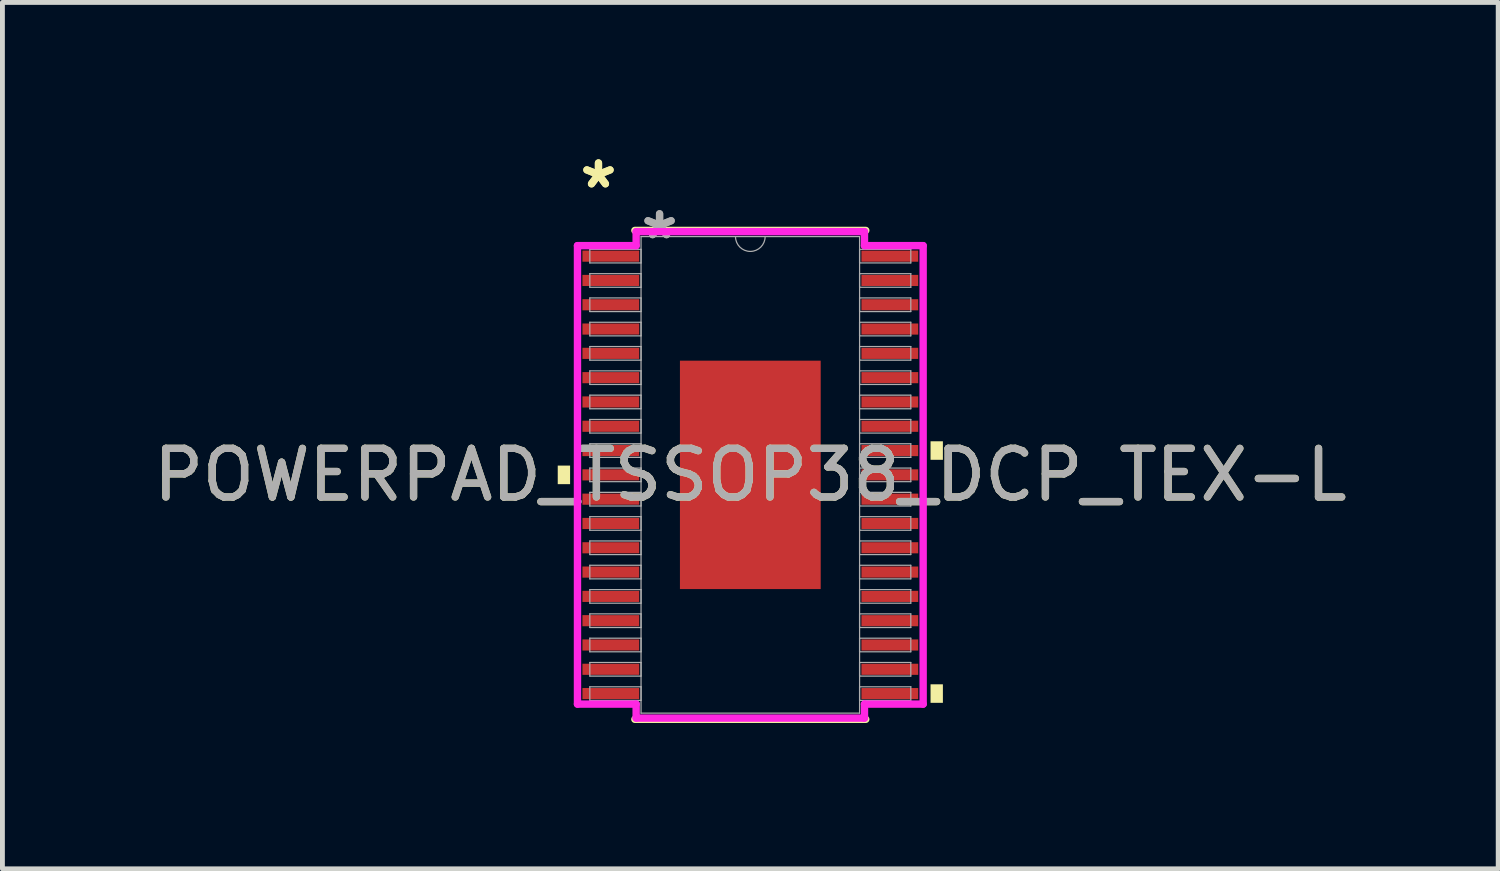
<source format=kicad_pcb>
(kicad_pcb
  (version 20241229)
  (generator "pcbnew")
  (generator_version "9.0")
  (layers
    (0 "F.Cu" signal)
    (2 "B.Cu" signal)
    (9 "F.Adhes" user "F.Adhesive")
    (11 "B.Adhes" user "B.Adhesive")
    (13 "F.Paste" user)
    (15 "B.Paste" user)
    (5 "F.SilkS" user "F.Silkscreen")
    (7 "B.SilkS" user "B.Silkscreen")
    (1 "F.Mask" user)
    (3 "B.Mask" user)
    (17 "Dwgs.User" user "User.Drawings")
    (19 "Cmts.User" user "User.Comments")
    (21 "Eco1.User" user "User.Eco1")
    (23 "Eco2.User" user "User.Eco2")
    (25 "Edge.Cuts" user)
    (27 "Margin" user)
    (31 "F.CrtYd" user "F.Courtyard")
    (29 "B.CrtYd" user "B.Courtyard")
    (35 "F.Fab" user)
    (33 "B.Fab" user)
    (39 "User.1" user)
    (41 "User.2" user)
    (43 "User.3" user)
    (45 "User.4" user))
  (footprint "POWERPAD_TSSOP38_DCP_TEX-L"
    (layer "F.Cu")
    (at 12.387 6.72)
    (property "Reference" "POWERPAD_TSSOP38_DCP_TEX-L" (at 0 0 0) (unlocked yes) (layer "F.SilkS") (effects (font (size 1 1) (thickness 0.15))))
    (attr smd)
    (fp_line (start -2.375 5.029) (end 2.375 5.029) (stroke (width 0.152) (type solid)) (layer "F.SilkS"))
    (fp_line (start 2.375 -5.029) (end -2.375 -5.029) (stroke (width 0.152) (type solid)) (layer "F.SilkS"))
    (fp_poly (pts (xy -3.962 -0.191) (xy -3.962 0.191) (xy -3.708 0.191) (xy -3.708 -0.191)) (stroke (width 0) (type solid)) (fill yes) (layer "F.SilkS"))
    (fp_poly (pts (xy 3.962 -0.691) (xy 3.962 -0.31) (xy 3.708 -0.31) (xy 3.708 -0.691)) (stroke (width 0) (type solid)) (fill yes) (layer "F.SilkS"))
    (fp_poly (pts (xy 3.962 4.309) (xy 3.962 4.69) (xy 3.708 4.69) (xy 3.708 4.309)) (stroke (width 0) (type solid)) (fill yes) (layer "F.SilkS"))
    (fp_poly (pts (xy -1.348 -2.249) (xy -1.348 -0.883) (xy -0.1 -0.883) (xy -0.1 -2.249)) (stroke (width 0) (type solid)) (fill yes) (layer "F.Paste"))
    (fp_poly (pts (xy -1.348 -0.683) (xy -1.348 0.683) (xy -0.1 0.683) (xy -0.1 -0.683)) (stroke (width 0) (type solid)) (fill yes) (layer "F.Paste"))
    (fp_poly (pts (xy -1.348 0.883) (xy -1.348 2.249) (xy -0.1 2.249) (xy -0.1 0.883)) (stroke (width 0) (type solid)) (fill yes) (layer "F.Paste"))
    (fp_poly (pts (xy 0.1 -2.249) (xy 0.1 -0.883) (xy 1.348 -0.883) (xy 1.348 -2.249)) (stroke (width 0) (type solid)) (fill yes) (layer "F.Paste"))
    (fp_poly (pts (xy 0.1 -0.683) (xy 0.1 0.683) (xy 1.348 0.683) (xy 1.348 -0.683)) (stroke (width 0) (type solid)) (fill yes) (layer "F.Paste"))
    (fp_poly (pts (xy 0.1 0.883) (xy 0.1 2.249) (xy 1.348 2.249) (xy 1.348 0.883)) (stroke (width 0) (type solid)) (fill yes) (layer "F.Paste"))
    (fp_line (start -3.556 -4.716) (end -2.349 -4.716) (stroke (width 0.152) (type solid)) (layer "F.CrtYd"))
    (fp_line (start -3.556 4.716) (end -3.556 -4.716) (stroke (width 0.152) (type solid)) (layer "F.CrtYd"))
    (fp_line (start -3.556 4.716) (end -2.349 4.716) (stroke (width 0.152) (type solid)) (layer "F.CrtYd"))
    (fp_line (start -2.349 -5.004) (end 2.349 -5.004) (stroke (width 0.152) (type solid)) (layer "F.CrtYd"))
    (fp_line (start -2.349 -4.716) (end -2.349 -5.004) (stroke (width 0.152) (type solid)) (layer "F.CrtYd"))
    (fp_line (start -2.349 5.004) (end -2.349 4.716) (stroke (width 0.152) (type solid)) (layer "F.CrtYd"))
    (fp_line (start 2.349 -5.004) (end 2.349 -4.716) (stroke (width 0.152) (type solid)) (layer "F.CrtYd"))
    (fp_line (start 2.349 4.716) (end 2.349 5.004) (stroke (width 0.152) (type solid)) (layer "F.CrtYd"))
    (fp_line (start 2.349 5.004) (end -2.349 5.004) (stroke (width 0.152) (type solid)) (layer "F.CrtYd"))
    (fp_line (start 3.556 -4.716) (end 2.349 -4.716) (stroke (width 0.152) (type solid)) (layer "F.CrtYd"))
    (fp_line (start 3.556 -4.716) (end 3.556 4.716) (stroke (width 0.152) (type solid)) (layer "F.CrtYd"))
    (fp_line (start 3.556 4.716) (end 2.349 4.716) (stroke (width 0.152) (type solid)) (layer "F.CrtYd"))
    (fp_line (start -3.302 -4.64) (end -3.302 -4.36) (stroke (width 0.025) (type solid)) (layer "F.Fab"))
    (fp_line (start -3.302 -4.36) (end -2.248 -4.36) (stroke (width 0.025) (type solid)) (layer "F.Fab"))
    (fp_line (start -3.302 -4.14) (end -3.302 -3.86) (stroke (width 0.025) (type solid)) (layer "F.Fab"))
    (fp_line (start -3.302 -3.86) (end -2.248 -3.86) (stroke (width 0.025) (type solid)) (layer "F.Fab"))
    (fp_line (start -3.302 -3.64) (end -3.302 -3.36) (stroke (width 0.025) (type solid)) (layer "F.Fab"))
    (fp_line (start -3.302 -3.36) (end -2.248 -3.36) (stroke (width 0.025) (type solid)) (layer "F.Fab"))
    (fp_line (start -3.302 -3.14) (end -3.302 -2.86) (stroke (width 0.025) (type solid)) (layer "F.Fab"))
    (fp_line (start -3.302 -2.86) (end -2.248 -2.86) (stroke (width 0.025) (type solid)) (layer "F.Fab"))
    (fp_line (start -3.302 -2.64) (end -3.302 -2.36) (stroke (width 0.025) (type solid)) (layer "F.Fab"))
    (fp_line (start -3.302 -2.36) (end -2.248 -2.36) (stroke (width 0.025) (type solid)) (layer "F.Fab"))
    (fp_line (start -3.302 -2.14) (end -3.302 -1.86) (stroke (width 0.025) (type solid)) (layer "F.Fab"))
    (fp_line (start -3.302 -1.86) (end -2.248 -1.86) (stroke (width 0.025) (type solid)) (layer "F.Fab"))
    (fp_line (start -3.302 -1.64) (end -3.302 -1.36) (stroke (width 0.025) (type solid)) (layer "F.Fab"))
    (fp_line (start -3.302 -1.36) (end -2.248 -1.36) (stroke (width 0.025) (type solid)) (layer "F.Fab"))
    (fp_line (start -3.302 -1.14) (end -3.302 -0.86) (stroke (width 0.025) (type solid)) (layer "F.Fab"))
    (fp_line (start -3.302 -0.86) (end -2.248 -0.86) (stroke (width 0.025) (type solid)) (layer "F.Fab"))
    (fp_line (start -3.302 -0.64) (end -3.302 -0.36) (stroke (width 0.025) (type solid)) (layer "F.Fab"))
    (fp_line (start -3.302 -0.36) (end -2.248 -0.36) (stroke (width 0.025) (type solid)) (layer "F.Fab"))
    (fp_line (start -3.302 -0.14) (end -3.302 0.14) (stroke (width 0.025) (type solid)) (layer "F.Fab"))
    (fp_line (start -3.302 0.14) (end -2.248 0.14) (stroke (width 0.025) (type solid)) (layer "F.Fab"))
    (fp_line (start -3.302 0.36) (end -3.302 0.64) (stroke (width 0.025) (type solid)) (layer "F.Fab"))
    (fp_line (start -3.302 0.64) (end -2.248 0.64) (stroke (width 0.025) (type solid)) (layer "F.Fab"))
    (fp_line (start -3.302 0.86) (end -3.302 1.14) (stroke (width 0.025) (type solid)) (layer "F.Fab"))
    (fp_line (start -3.302 1.14) (end -2.248 1.14) (stroke (width 0.025) (type solid)) (layer "F.Fab"))
    (fp_line (start -3.302 1.36) (end -3.302 1.64) (stroke (width 0.025) (type solid)) (layer "F.Fab"))
    (fp_line (start -3.302 1.64) (end -2.248 1.64) (stroke (width 0.025) (type solid)) (layer "F.Fab"))
    (fp_line (start -3.302 1.86) (end -3.302 2.14) (stroke (width 0.025) (type solid)) (layer "F.Fab"))
    (fp_line (start -3.302 2.14) (end -2.248 2.14) (stroke (width 0.025) (type solid)) (layer "F.Fab"))
    (fp_line (start -3.302 2.36) (end -3.302 2.64) (stroke (width 0.025) (type solid)) (layer "F.Fab"))
    (fp_line (start -3.302 2.64) (end -2.248 2.64) (stroke (width 0.025) (type solid)) (layer "F.Fab"))
    (fp_line (start -3.302 2.86) (end -3.302 3.14) (stroke (width 0.025) (type solid)) (layer "F.Fab"))
    (fp_line (start -3.302 3.14) (end -2.248 3.14) (stroke (width 0.025) (type solid)) (layer "F.Fab"))
    (fp_line (start -3.302 3.36) (end -3.302 3.64) (stroke (width 0.025) (type solid)) (layer "F.Fab"))
    (fp_line (start -3.302 3.64) (end -2.248 3.64) (stroke (width 0.025) (type solid)) (layer "F.Fab"))
    (fp_line (start -3.302 3.86) (end -3.302 4.14) (stroke (width 0.025) (type solid)) (layer "F.Fab"))
    (fp_line (start -3.302 4.14) (end -2.248 4.14) (stroke (width 0.025) (type solid)) (layer "F.Fab"))
    (fp_line (start -3.302 4.36) (end -3.302 4.64) (stroke (width 0.025) (type solid)) (layer "F.Fab"))
    (fp_line (start -3.302 4.64) (end -2.248 4.64) (stroke (width 0.025) (type solid)) (layer "F.Fab"))
    (fp_line (start -2.248 -4.902) (end -2.248 4.902) (stroke (width 0.025) (type solid)) (layer "F.Fab"))
    (fp_line (start -2.248 -4.64) (end -3.302 -4.64) (stroke (width 0.025) (type solid)) (layer "F.Fab"))
    (fp_line (start -2.248 -4.36) (end -2.248 -4.64) (stroke (width 0.025) (type solid)) (layer "F.Fab"))
    (fp_line (start -2.248 -4.14) (end -3.302 -4.14) (stroke (width 0.025) (type solid)) (layer "F.Fab"))
    (fp_line (start -2.248 -3.86) (end -2.248 -4.14) (stroke (width 0.025) (type solid)) (layer "F.Fab"))
    (fp_line (start -2.248 -3.64) (end -3.302 -3.64) (stroke (width 0.025) (type solid)) (layer "F.Fab"))
    (fp_line (start -2.248 -3.36) (end -2.248 -3.64) (stroke (width 0.025) (type solid)) (layer "F.Fab"))
    (fp_line (start -2.248 -3.14) (end -3.302 -3.14) (stroke (width 0.025) (type solid)) (layer "F.Fab"))
    (fp_line (start -2.248 -2.86) (end -2.248 -3.14) (stroke (width 0.025) (type solid)) (layer "F.Fab"))
    (fp_line (start -2.248 -2.64) (end -3.302 -2.64) (stroke (width 0.025) (type solid)) (layer "F.Fab"))
    (fp_line (start -2.248 -2.36) (end -2.248 -2.64) (stroke (width 0.025) (type solid)) (layer "F.Fab"))
    (fp_line (start -2.248 -2.14) (end -3.302 -2.14) (stroke (width 0.025) (type solid)) (layer "F.Fab"))
    (fp_line (start -2.248 -1.86) (end -2.248 -2.14) (stroke (width 0.025) (type solid)) (layer "F.Fab"))
    (fp_line (start -2.248 -1.64) (end -3.302 -1.64) (stroke (width 0.025) (type solid)) (layer "F.Fab"))
    (fp_line (start -2.248 -1.36) (end -2.248 -1.64) (stroke (width 0.025) (type solid)) (layer "F.Fab"))
    (fp_line (start -2.248 -1.14) (end -3.302 -1.14) (stroke (width 0.025) (type solid)) (layer "F.Fab"))
    (fp_line (start -2.248 -0.86) (end -2.248 -1.14) (stroke (width 0.025) (type solid)) (layer "F.Fab"))
    (fp_line (start -2.248 -0.64) (end -3.302 -0.64) (stroke (width 0.025) (type solid)) (layer "F.Fab"))
    (fp_line (start -2.248 -0.36) (end -2.248 -0.64) (stroke (width 0.025) (type solid)) (layer "F.Fab"))
    (fp_line (start -2.248 -0.14) (end -3.302 -0.14) (stroke (width 0.025) (type solid)) (layer "F.Fab"))
    (fp_line (start -2.248 0.14) (end -2.248 -0.14) (stroke (width 0.025) (type solid)) (layer "F.Fab"))
    (fp_line (start -2.248 0.36) (end -3.302 0.36) (stroke (width 0.025) (type solid)) (layer "F.Fab"))
    (fp_line (start -2.248 0.64) (end -2.248 0.36) (stroke (width 0.025) (type solid)) (layer "F.Fab"))
    (fp_line (start -2.248 0.86) (end -3.302 0.86) (stroke (width 0.025) (type solid)) (layer "F.Fab"))
    (fp_line (start -2.248 1.14) (end -2.248 0.86) (stroke (width 0.025) (type solid)) (layer "F.Fab"))
    (fp_line (start -2.248 1.36) (end -3.302 1.36) (stroke (width 0.025) (type solid)) (layer "F.Fab"))
    (fp_line (start -2.248 1.64) (end -2.248 1.36) (stroke (width 0.025) (type solid)) (layer "F.Fab"))
    (fp_line (start -2.248 1.86) (end -3.302 1.86) (stroke (width 0.025) (type solid)) (layer "F.Fab"))
    (fp_line (start -2.248 2.14) (end -2.248 1.86) (stroke (width 0.025) (type solid)) (layer "F.Fab"))
    (fp_line (start -2.248 2.36) (end -3.302 2.36) (stroke (width 0.025) (type solid)) (layer "F.Fab"))
    (fp_line (start -2.248 2.64) (end -2.248 2.36) (stroke (width 0.025) (type solid)) (layer "F.Fab"))
    (fp_line (start -2.248 2.86) (end -3.302 2.86) (stroke (width 0.025) (type solid)) (layer "F.Fab"))
    (fp_line (start -2.248 3.14) (end -2.248 2.86) (stroke (width 0.025) (type solid)) (layer "F.Fab"))
    (fp_line (start -2.248 3.36) (end -3.302 3.36) (stroke (width 0.025) (type solid)) (layer "F.Fab"))
    (fp_line (start -2.248 3.64) (end -2.248 3.36) (stroke (width 0.025) (type solid)) (layer "F.Fab"))
    (fp_line (start -2.248 3.86) (end -3.302 3.86) (stroke (width 0.025) (type solid)) (layer "F.Fab"))
    (fp_line (start -2.248 4.14) (end -2.248 3.86) (stroke (width 0.025) (type solid)) (layer "F.Fab"))
    (fp_line (start -2.248 4.36) (end -3.302 4.36) (stroke (width 0.025) (type solid)) (layer "F.Fab"))
    (fp_line (start -2.248 4.64) (end -2.248 4.36) (stroke (width 0.025) (type solid)) (layer "F.Fab"))
    (fp_line (start -2.248 4.902) (end 2.248 4.902) (stroke (width 0.025) (type solid)) (layer "F.Fab"))
    (fp_line (start 2.248 -4.902) (end -2.248 -4.902) (stroke (width 0.025) (type solid)) (layer "F.Fab"))
    (fp_line (start 2.248 -4.64) (end 2.248 -4.36) (stroke (width 0.025) (type solid)) (layer "F.Fab"))
    (fp_line (start 2.248 -4.36) (end 3.302 -4.36) (stroke (width 0.025) (type solid)) (layer "F.Fab"))
    (fp_line (start 2.248 -4.14) (end 2.248 -3.86) (stroke (width 0.025) (type solid)) (layer "F.Fab"))
    (fp_line (start 2.248 -3.86) (end 3.302 -3.86) (stroke (width 0.025) (type solid)) (layer "F.Fab"))
    (fp_line (start 2.248 -3.64) (end 2.248 -3.36) (stroke (width 0.025) (type solid)) (layer "F.Fab"))
    (fp_line (start 2.248 -3.36) (end 3.302 -3.36) (stroke (width 0.025) (type solid)) (layer "F.Fab"))
    (fp_line (start 2.248 -3.14) (end 2.248 -2.86) (stroke (width 0.025) (type solid)) (layer "F.Fab"))
    (fp_line (start 2.248 -2.86) (end 3.302 -2.86) (stroke (width 0.025) (type solid)) (layer "F.Fab"))
    (fp_line (start 2.248 -2.64) (end 2.248 -2.36) (stroke (width 0.025) (type solid)) (layer "F.Fab"))
    (fp_line (start 2.248 -2.36) (end 3.302 -2.36) (stroke (width 0.025) (type solid)) (layer "F.Fab"))
    (fp_line (start 2.248 -2.14) (end 2.248 -1.86) (stroke (width 0.025) (type solid)) (layer "F.Fab"))
    (fp_line (start 2.248 -1.86) (end 3.302 -1.86) (stroke (width 0.025) (type solid)) (layer "F.Fab"))
    (fp_line (start 2.248 -1.64) (end 2.248 -1.36) (stroke (width 0.025) (type solid)) (layer "F.Fab"))
    (fp_line (start 2.248 -1.36) (end 3.302 -1.36) (stroke (width 0.025) (type solid)) (layer "F.Fab"))
    (fp_line (start 2.248 -1.14) (end 2.248 -0.86) (stroke (width 0.025) (type solid)) (layer "F.Fab"))
    (fp_line (start 2.248 -0.86) (end 3.302 -0.86) (stroke (width 0.025) (type solid)) (layer "F.Fab"))
    (fp_line (start 2.248 -0.64) (end 2.248 -0.36) (stroke (width 0.025) (type solid)) (layer "F.Fab"))
    (fp_line (start 2.248 -0.36) (end 3.302 -0.36) (stroke (width 0.025) (type solid)) (layer "F.Fab"))
    (fp_line (start 2.248 -0.14) (end 2.248 0.14) (stroke (width 0.025) (type solid)) (layer "F.Fab"))
    (fp_line (start 2.248 0.14) (end 3.302 0.14) (stroke (width 0.025) (type solid)) (layer "F.Fab"))
    (fp_line (start 2.248 0.36) (end 2.248 0.64) (stroke (width 0.025) (type solid)) (layer "F.Fab"))
    (fp_line (start 2.248 0.64) (end 3.302 0.64) (stroke (width 0.025) (type solid)) (layer "F.Fab"))
    (fp_line (start 2.248 0.86) (end 2.248 1.14) (stroke (width 0.025) (type solid)) (layer "F.Fab"))
    (fp_line (start 2.248 1.14) (end 3.302 1.14) (stroke (width 0.025) (type solid)) (layer "F.Fab"))
    (fp_line (start 2.248 1.36) (end 2.248 1.64) (stroke (width 0.025) (type solid)) (layer "F.Fab"))
    (fp_line (start 2.248 1.64) (end 3.302 1.64) (stroke (width 0.025) (type solid)) (layer "F.Fab"))
    (fp_line (start 2.248 1.86) (end 2.248 2.14) (stroke (width 0.025) (type solid)) (layer "F.Fab"))
    (fp_line (start 2.248 2.14) (end 3.302 2.14) (stroke (width 0.025) (type solid)) (layer "F.Fab"))
    (fp_line (start 2.248 2.36) (end 2.248 2.64) (stroke (width 0.025) (type solid)) (layer "F.Fab"))
    (fp_line (start 2.248 2.64) (end 3.302 2.64) (stroke (width 0.025) (type solid)) (layer "F.Fab"))
    (fp_line (start 2.248 2.86) (end 2.248 3.14) (stroke (width 0.025) (type solid)) (layer "F.Fab"))
    (fp_line (start 2.248 3.14) (end 3.302 3.14) (stroke (width 0.025) (type solid)) (layer "F.Fab"))
    (fp_line (start 2.248 3.36) (end 2.248 3.64) (stroke (width 0.025) (type solid)) (layer "F.Fab"))
    (fp_line (start 2.248 3.64) (end 3.302 3.64) (stroke (width 0.025) (type solid)) (layer "F.Fab"))
    (fp_line (start 2.248 3.86) (end 2.248 4.14) (stroke (width 0.025) (type solid)) (layer "F.Fab"))
    (fp_line (start 2.248 4.14) (end 3.302 4.14) (stroke (width 0.025) (type solid)) (layer "F.Fab"))
    (fp_line (start 2.248 4.36) (end 2.248 4.64) (stroke (width 0.025) (type solid)) (layer "F.Fab"))
    (fp_line (start 2.248 4.64) (end 3.302 4.64) (stroke (width 0.025) (type solid)) (layer "F.Fab"))
    (fp_line (start 2.248 4.902) (end 2.248 -4.902) (stroke (width 0.025) (type solid)) (layer "F.Fab"))
    (fp_line (start 3.302 -4.64) (end 2.248 -4.64) (stroke (width 0.025) (type solid)) (layer "F.Fab"))
    (fp_line (start 3.302 -4.36) (end 3.302 -4.64) (stroke (width 0.025) (type solid)) (layer "F.Fab"))
    (fp_line (start 3.302 -4.14) (end 2.248 -4.14) (stroke (width 0.025) (type solid)) (layer "F.Fab"))
    (fp_line (start 3.302 -3.86) (end 3.302 -4.14) (stroke (width 0.025) (type solid)) (layer "F.Fab"))
    (fp_line (start 3.302 -3.64) (end 2.248 -3.64) (stroke (width 0.025) (type solid)) (layer "F.Fab"))
    (fp_line (start 3.302 -3.36) (end 3.302 -3.64) (stroke (width 0.025) (type solid)) (layer "F.Fab"))
    (fp_line (start 3.302 -3.14) (end 2.248 -3.14) (stroke (width 0.025) (type solid)) (layer "F.Fab"))
    (fp_line (start 3.302 -2.86) (end 3.302 -3.14) (stroke (width 0.025) (type solid)) (layer "F.Fab"))
    (fp_line (start 3.302 -2.64) (end 2.248 -2.64) (stroke (width 0.025) (type solid)) (layer "F.Fab"))
    (fp_line (start 3.302 -2.36) (end 3.302 -2.64) (stroke (width 0.025) (type solid)) (layer "F.Fab"))
    (fp_line (start 3.302 -2.14) (end 2.248 -2.14) (stroke (width 0.025) (type solid)) (layer "F.Fab"))
    (fp_line (start 3.302 -1.86) (end 3.302 -2.14) (stroke (width 0.025) (type solid)) (layer "F.Fab"))
    (fp_line (start 3.302 -1.64) (end 2.248 -1.64) (stroke (width 0.025) (type solid)) (layer "F.Fab"))
    (fp_line (start 3.302 -1.36) (end 3.302 -1.64) (stroke (width 0.025) (type solid)) (layer "F.Fab"))
    (fp_line (start 3.302 -1.14) (end 2.248 -1.14) (stroke (width 0.025) (type solid)) (layer "F.Fab"))
    (fp_line (start 3.302 -0.86) (end 3.302 -1.14) (stroke (width 0.025) (type solid)) (layer "F.Fab"))
    (fp_line (start 3.302 -0.64) (end 2.248 -0.64) (stroke (width 0.025) (type solid)) (layer "F.Fab"))
    (fp_line (start 3.302 -0.36) (end 3.302 -0.64) (stroke (width 0.025) (type solid)) (layer "F.Fab"))
    (fp_line (start 3.302 -0.14) (end 2.248 -0.14) (stroke (width 0.025) (type solid)) (layer "F.Fab"))
    (fp_line (start 3.302 0.14) (end 3.302 -0.14) (stroke (width 0.025) (type solid)) (layer "F.Fab"))
    (fp_line (start 3.302 0.36) (end 2.248 0.36) (stroke (width 0.025) (type solid)) (layer "F.Fab"))
    (fp_line (start 3.302 0.64) (end 3.302 0.36) (stroke (width 0.025) (type solid)) (layer "F.Fab"))
    (fp_line (start 3.302 0.86) (end 2.248 0.86) (stroke (width 0.025) (type solid)) (layer "F.Fab"))
    (fp_line (start 3.302 1.14) (end 3.302 0.86) (stroke (width 0.025) (type solid)) (layer "F.Fab"))
    (fp_line (start 3.302 1.36) (end 2.248 1.36) (stroke (width 0.025) (type solid)) (layer "F.Fab"))
    (fp_line (start 3.302 1.64) (end 3.302 1.36) (stroke (width 0.025) (type solid)) (layer "F.Fab"))
    (fp_line (start 3.302 1.86) (end 2.248 1.86) (stroke (width 0.025) (type solid)) (layer "F.Fab"))
    (fp_line (start 3.302 2.14) (end 3.302 1.86) (stroke (width 0.025) (type solid)) (layer "F.Fab"))
    (fp_line (start 3.302 2.36) (end 2.248 2.36) (stroke (width 0.025) (type solid)) (layer "F.Fab"))
    (fp_line (start 3.302 2.64) (end 3.302 2.36) (stroke (width 0.025) (type solid)) (layer "F.Fab"))
    (fp_line (start 3.302 2.86) (end 2.248 2.86) (stroke (width 0.025) (type solid)) (layer "F.Fab"))
    (fp_line (start 3.302 3.14) (end 3.302 2.86) (stroke (width 0.025) (type solid)) (layer "F.Fab"))
    (fp_line (start 3.302 3.36) (end 2.248 3.36) (stroke (width 0.025) (type solid)) (layer "F.Fab"))
    (fp_line (start 3.302 3.64) (end 3.302 3.36) (stroke (width 0.025) (type solid)) (layer "F.Fab"))
    (fp_line (start 3.302 3.86) (end 2.248 3.86) (stroke (width 0.025) (type solid)) (layer "F.Fab"))
    (fp_line (start 3.302 4.14) (end 3.302 3.86) (stroke (width 0.025) (type solid)) (layer "F.Fab"))
    (fp_line (start 3.302 4.36) (end 2.248 4.36) (stroke (width 0.025) (type solid)) (layer "F.Fab"))
    (fp_line (start 3.302 4.64) (end 3.302 4.36) (stroke (width 0.025) (type solid)) (layer "F.Fab"))
    (fp_arc (start 0.3048 -4.9022) (mid 0 -4.5974) (end -0.3048 -4.9022) (stroke (width 0.0254) (type solid)) (layer "F.Fab"))
    (fp_text user "*" (at -3.124 -5.872 0) (layer "F.SilkS") (effects (font (size 1 1) (thickness 0.15))))
    (fp_text user "*" (at -3.124 -5.872 0) (unlocked yes) (layer "F.SilkS") (effects (font (size 1 1) (thickness 0.15))))
    (fp_text user "*" (at -1.867 -4.826 0) (unlocked yes) (layer "F.Fab") (effects (font (size 1 1) (thickness 0.15))))
    (fp_text user "${REFERENCE}" (at 0 0 0) (unlocked yes) (layer "F.Fab") (effects (font (size 1 1) (thickness 0.15))))
    (fp_text user "*" (at -1.867 -4.826 0) (layer "F.Fab") (effects (font (size 1 1) (thickness 0.15))))
    (pad "1" smd rect (at -2.87 -4.5) (size 1.168 0.229) (layers "F.Cu" "F.Mask" "F.Paste"))
    (pad "2" smd rect (at -2.87 -4) (size 1.168 0.229) (layers "F.Cu" "F.Mask" "F.Paste"))
    (pad "3" smd rect (at -2.87 -3.5) (size 1.168 0.229) (layers "F.Cu" "F.Mask" "F.Paste"))
    (pad "4" smd rect (at -2.87 -3) (size 1.168 0.229) (layers "F.Cu" "F.Mask" "F.Paste"))
    (pad "5" smd rect (at -2.87 -2.5) (size 1.168 0.229) (layers "F.Cu" "F.Mask" "F.Paste"))
    (pad "6" smd rect (at -2.87 -2) (size 1.168 0.229) (layers "F.Cu" "F.Mask" "F.Paste"))
    (pad "7" smd rect (at -2.87 -1.5) (size 1.168 0.229) (layers "F.Cu" "F.Mask" "F.Paste"))
    (pad "8" smd rect (at -2.87 -1) (size 1.168 0.229) (layers "F.Cu" "F.Mask" "F.Paste"))
    (pad "9" smd rect (at -2.87 -0.5) (size 1.168 0.229) (layers "F.Cu" "F.Mask" "F.Paste"))
    (pad "10" smd rect (at -2.87 0) (size 1.168 0.229) (layers "F.Cu" "F.Mask" "F.Paste"))
    (pad "11" smd rect (at -2.87 0.5) (size 1.168 0.229) (layers "F.Cu" "F.Mask" "F.Paste"))
    (pad "12" smd rect (at -2.87 1) (size 1.168 0.229) (layers "F.Cu" "F.Mask" "F.Paste"))
    (pad "13" smd rect (at -2.87 1.5) (size 1.168 0.229) (layers "F.Cu" "F.Mask" "F.Paste"))
    (pad "14" smd rect (at -2.87 2) (size 1.168 0.229) (layers "F.Cu" "F.Mask" "F.Paste"))
    (pad "15" smd rect (at -2.87 2.5) (size 1.168 0.229) (layers "F.Cu" "F.Mask" "F.Paste"))
    (pad "16" smd rect (at -2.87 3) (size 1.168 0.229) (layers "F.Cu" "F.Mask" "F.Paste"))
    (pad "17" smd rect (at -2.87 3.5) (size 1.168 0.229) (layers "F.Cu" "F.Mask" "F.Paste"))
    (pad "18" smd rect (at -2.87 4) (size 1.168 0.229) (layers "F.Cu" "F.Mask" "F.Paste"))
    (pad "19" smd rect (at -2.87 4.5) (size 1.168 0.229) (layers "F.Cu" "F.Mask" "F.Paste"))
    (pad "20" smd rect (at 2.87 4.5) (size 1.168 0.229) (layers "F.Cu" "F.Mask" "F.Paste"))
    (pad "21" smd rect (at 2.87 4) (size 1.168 0.229) (layers "F.Cu" "F.Mask" "F.Paste"))
    (pad "22" smd rect (at 2.87 3.5) (size 1.168 0.229) (layers "F.Cu" "F.Mask" "F.Paste"))
    (pad "23" smd rect (at 2.87 3) (size 1.168 0.229) (layers "F.Cu" "F.Mask" "F.Paste"))
    (pad "24" smd rect (at 2.87 2.5) (size 1.168 0.229) (layers "F.Cu" "F.Mask" "F.Paste"))
    (pad "25" smd rect (at 2.87 2) (size 1.168 0.229) (layers "F.Cu" "F.Mask" "F.Paste"))
    (pad "26" smd rect (at 2.87 1.5) (size 1.168 0.229) (layers "F.Cu" "F.Mask" "F.Paste"))
    (pad "27" smd rect (at 2.87 1) (size 1.168 0.229) (layers "F.Cu" "F.Mask" "F.Paste"))
    (pad "28" smd rect (at 2.87 0.5) (size 1.168 0.229) (layers "F.Cu" "F.Mask" "F.Paste"))
    (pad "29" smd rect (at 2.87 0) (size 1.168 0.229) (layers "F.Cu" "F.Mask" "F.Paste"))
    (pad "30" smd rect (at 2.87 -0.5) (size 1.168 0.229) (layers "F.Cu" "F.Mask" "F.Paste"))
    (pad "31" smd rect (at 2.87 -1) (size 1.168 0.229) (layers "F.Cu" "F.Mask" "F.Paste"))
    (pad "32" smd rect (at 2.87 -1.5) (size 1.168 0.229) (layers "F.Cu" "F.Mask" "F.Paste"))
    (pad "33" smd rect (at 2.87 -2) (size 1.168 0.229) (layers "F.Cu" "F.Mask" "F.Paste"))
    (pad "34" smd rect (at 2.87 -2.5) (size 1.168 0.229) (layers "F.Cu" "F.Mask" "F.Paste"))
    (pad "35" smd rect (at 2.87 -3) (size 1.168 0.229) (layers "F.Cu" "F.Mask" "F.Paste"))
    (pad "36" smd rect (at 2.87 -3.5) (size 1.168 0.229) (layers "F.Cu" "F.Mask" "F.Paste"))
    (pad "37" smd rect (at 2.87 -4) (size 1.168 0.229) (layers "F.Cu" "F.Mask" "F.Paste"))
    (pad "38" smd rect (at 2.87 -4.5) (size 1.168 0.229) (layers "F.Cu" "F.Mask" "F.Paste"))
    (pad "EPAD" smd rect (at 0 0) (size 2.896 4.699) (layers "F.Cu" "F.Mask")))
  (gr_rect
    (start -3 -3)
    (end 27.774 14.825)
    (stroke (width 0.1) (type default))
    (fill no)
    (layer "Edge.Cuts")))
</source>
